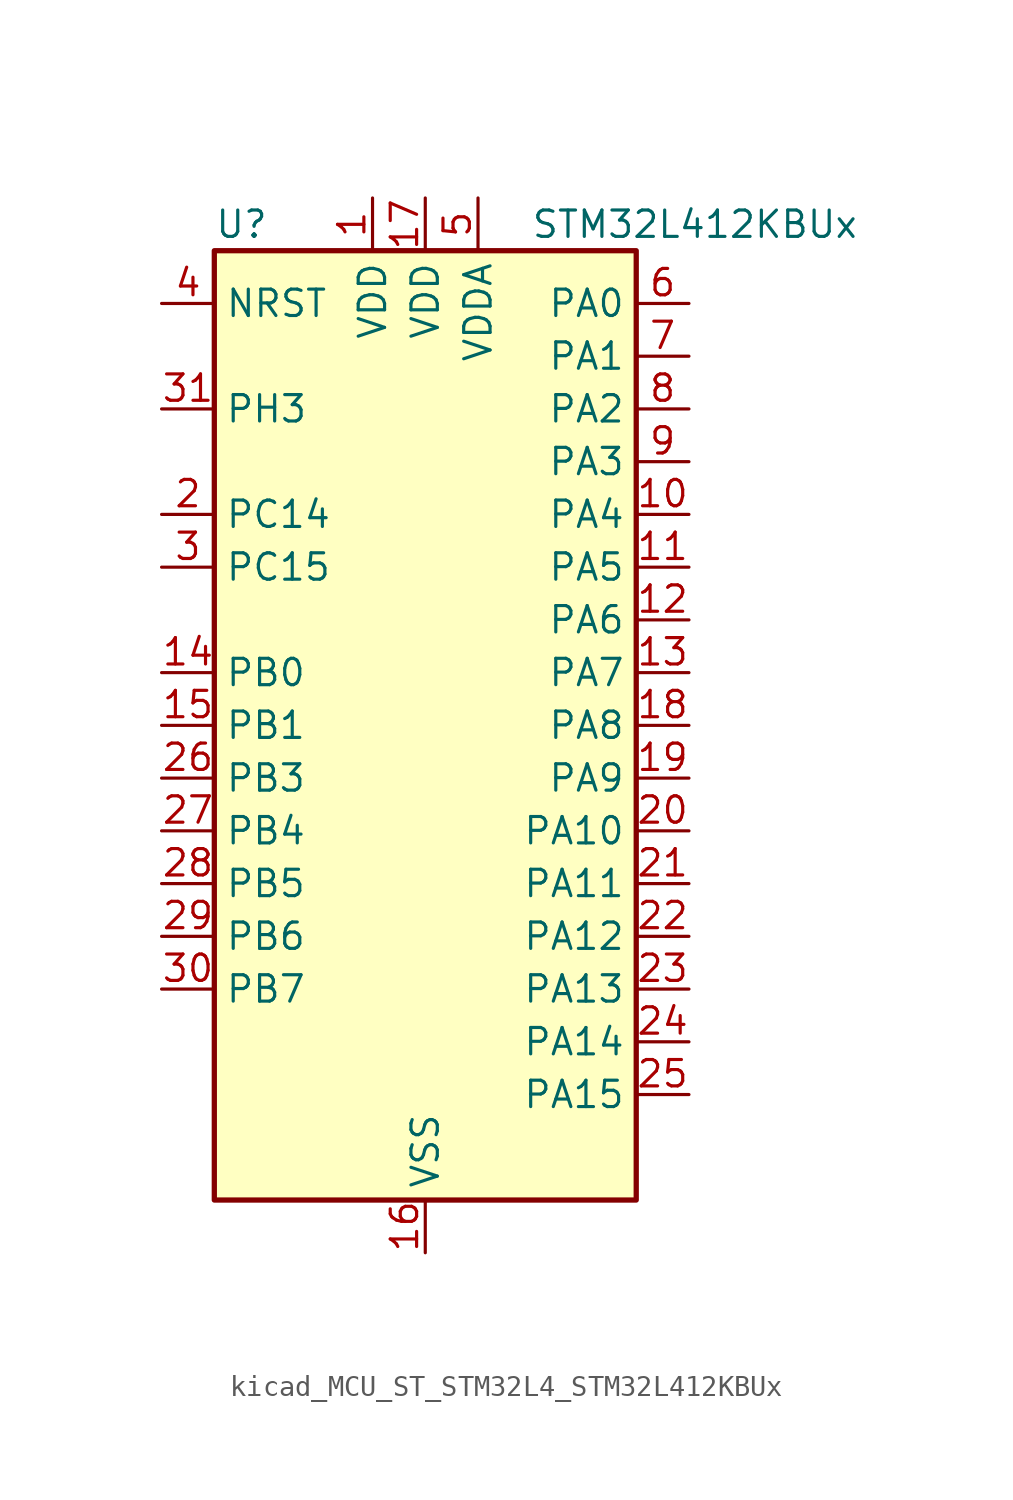
<source format=kicad_sym>
(kicad_symbol_lib
  (version 20220914)
  (generator kicad_symbol_editor)
  (symbol "kicad_MCU_ST_STM32L4_STM32L412KBUx"
    (property "Reference" "U"
      (at -10.16 24.13 0)
      (effects (font (size 1.27 1.27)) (justify left)))
    (property "Value" "STM32L412KBUx"
      (at 5.08 24.13 0)
      (effects (font (size 1.27 1.27)) (justify left)))
    (property "ki_locked" ""
      (at 0 0 0)
      (effects (font (size 1.27 1.27))))
    (symbol "kicad_MCU_ST_STM32L4_STM32L412KBUx_0_1"
      (rectangle (start -10.16 -22.86) (end 10.16 22.86) (stroke (width 0.254) (type default)) (fill (type background))))
    (symbol "kicad_MCU_ST_STM32L4_STM32L412KBUx_1_1"
      (pin power_in line (at -2.54 25.4 270) (length 2.54) (name "VDD" (effects (font (size 1.27 1.27)))) (number "1" (effects (font (size 1.27 1.27)))))
      (pin bidirectional line (at 12.7 10.16 180) (length 2.54) (name "PA4" (effects (font (size 1.27 1.27)))) (number "10" (effects (font (size 1.27 1.27)))) (alternate "ADC1_IN9" bidirectional line) (alternate "ADC2_IN9" bidirectional line) (alternate "COMP1_INM" bidirectional line) (alternate "LPTIM2_OUT" bidirectional line) (alternate "SPI1_NSS" bidirectional line) (alternate "USART2_CK" bidirectional line))
      (pin bidirectional line (at 12.7 7.62 180) (length 2.54) (name "PA5" (effects (font (size 1.27 1.27)))) (number "11" (effects (font (size 1.27 1.27)))) (alternate "ADC1_IN10" bidirectional line) (alternate "ADC2_IN10" bidirectional line) (alternate "COMP1_INM" bidirectional line) (alternate "LPTIM2_ETR" bidirectional line) (alternate "SPI1_SCK" bidirectional line) (alternate "TIM2_CH1" bidirectional line) (alternate "TIM2_ETR" bidirectional line))
      (pin bidirectional line (at 12.7 5.08 180) (length 2.54) (name "PA6" (effects (font (size 1.27 1.27)))) (number "12" (effects (font (size 1.27 1.27)))) (alternate "ADC1_IN11" bidirectional line) (alternate "ADC2_IN11" bidirectional line) (alternate "COMP1_OUT" bidirectional line) (alternate "LPUART1_CTS" bidirectional line) (alternate "QUADSPI_BK1_IO3" bidirectional line) (alternate "SPI1_MISO" bidirectional line) (alternate "TIM16_CH1" bidirectional line) (alternate "TIM1_BKIN" bidirectional line))
      (pin bidirectional line (at 12.7 2.54 180) (length 2.54) (name "PA7" (effects (font (size 1.27 1.27)))) (number "13" (effects (font (size 1.27 1.27)))) (alternate "ADC1_IN12" bidirectional line) (alternate "ADC2_IN12" bidirectional line) (alternate "I2C3_SCL" bidirectional line) (alternate "QUADSPI_BK1_IO2" bidirectional line) (alternate "SPI1_MOSI" bidirectional line) (alternate "TIM1_CH1N" bidirectional line))
      (pin bidirectional line (at -12.7 2.54 0) (length 2.54) (name "PB0" (effects (font (size 1.27 1.27)))) (number "14" (effects (font (size 1.27 1.27)))) (alternate "ADC1_IN15" bidirectional line) (alternate "ADC2_IN15" bidirectional line) (alternate "COMP1_OUT" bidirectional line) (alternate "QUADSPI_BK1_IO1" bidirectional line) (alternate "SPI1_NSS" bidirectional line) (alternate "SYS_TRACED0" bidirectional line) (alternate "TIM1_CH2N" bidirectional line))
      (pin bidirectional line (at -12.7 0 0) (length 2.54) (name "PB1" (effects (font (size 1.27 1.27)))) (number "15" (effects (font (size 1.27 1.27)))) (alternate "ADC1_IN16" bidirectional line) (alternate "ADC2_IN16" bidirectional line) (alternate "COMP1_INM" bidirectional line) (alternate "LPTIM2_IN1" bidirectional line) (alternate "LPUART1_DE" bidirectional line) (alternate "LPUART1_RTS" bidirectional line) (alternate "QUADSPI_BK1_IO0" bidirectional line) (alternate "SYS_TRACED1" bidirectional line) (alternate "TIM1_CH3N" bidirectional line))
      (pin power_in line (at 0 -25.4 90) (length 2.54) (name "VSS" (effects (font (size 1.27 1.27)))) (number "16" (effects (font (size 1.27 1.27)))))
      (pin power_in line (at 0 25.4 270) (length 2.54) (name "VDD" (effects (font (size 1.27 1.27)))) (number "17" (effects (font (size 1.27 1.27)))))
      (pin bidirectional line (at 12.7 0 180) (length 2.54) (name "PA8" (effects (font (size 1.27 1.27)))) (number "18" (effects (font (size 1.27 1.27)))) (alternate "LPTIM2_OUT" bidirectional line) (alternate "RCC_MCO" bidirectional line) (alternate "TIM1_CH1" bidirectional line) (alternate "USART1_CK" bidirectional line))
      (pin bidirectional line (at 12.7 -2.54 180) (length 2.54) (name "PA9" (effects (font (size 1.27 1.27)))) (number "19" (effects (font (size 1.27 1.27)))) (alternate "I2C1_SCL" bidirectional line) (alternate "TIM15_BKIN" bidirectional line) (alternate "TIM1_CH2" bidirectional line) (alternate "USART1_TX" bidirectional line))
      (pin bidirectional line (at -12.7 10.16 0) (length 2.54) (name "PC14" (effects (font (size 1.27 1.27)))) (number "2" (effects (font (size 1.27 1.27)))) (alternate "RCC_OSC32_IN" bidirectional line))
      (pin bidirectional line (at 12.7 -5.08 180) (length 2.54) (name "PA10" (effects (font (size 1.27 1.27)))) (number "20" (effects (font (size 1.27 1.27)))) (alternate "CRS_SYNC" bidirectional line) (alternate "I2C1_SDA" bidirectional line) (alternate "TIM1_CH3" bidirectional line) (alternate "USART1_RX" bidirectional line))
      (pin bidirectional line (at 12.7 -7.62 180) (length 2.54) (name "PA11" (effects (font (size 1.27 1.27)))) (number "21" (effects (font (size 1.27 1.27)))) (alternate "ADC1_EXTI11" bidirectional line) (alternate "ADC2_EXTI11" bidirectional line) (alternate "COMP1_OUT" bidirectional line) (alternate "SPI1_MISO" bidirectional line) (alternate "TIM1_BKIN2" bidirectional line) (alternate "TIM1_BKIN2_COMP1" bidirectional line) (alternate "TIM1_CH4" bidirectional line) (alternate "USART1_CTS" bidirectional line) (alternate "USB_DM" bidirectional line))
      (pin bidirectional line (at 12.7 -10.16 180) (length 2.54) (name "PA12" (effects (font (size 1.27 1.27)))) (number "22" (effects (font (size 1.27 1.27)))) (alternate "SPI1_MOSI" bidirectional line) (alternate "TIM1_ETR" bidirectional line) (alternate "USART1_DE" bidirectional line) (alternate "USART1_RTS" bidirectional line) (alternate "USB_DP" bidirectional line))
      (pin bidirectional line (at 12.7 -12.7 180) (length 2.54) (name "PA13" (effects (font (size 1.27 1.27)))) (number "23" (effects (font (size 1.27 1.27)))) (alternate "IR_OUT" bidirectional line) (alternate "SYS_JTMS-SWDIO" bidirectional line) (alternate "USB_NOE" bidirectional line))
      (pin bidirectional line (at 12.7 -15.24 180) (length 2.54) (name "PA14" (effects (font (size 1.27 1.27)))) (number "24" (effects (font (size 1.27 1.27)))) (alternate "I2C1_SMBA" bidirectional line) (alternate "LPTIM1_OUT" bidirectional line) (alternate "SYS_JTCK-SWCLK" bidirectional line))
      (pin bidirectional line (at 12.7 -17.78 180) (length 2.54) (name "PA15" (effects (font (size 1.27 1.27)))) (number "25" (effects (font (size 1.27 1.27)))) (alternate "ADC1_EXTI15" bidirectional line) (alternate "ADC2_EXTI15" bidirectional line) (alternate "SPI1_NSS" bidirectional line) (alternate "SYS_JTDI" bidirectional line) (alternate "TIM2_CH1" bidirectional line) (alternate "TIM2_ETR" bidirectional line) (alternate "USART2_RX" bidirectional line))
      (pin bidirectional line (at -12.7 -2.54 0) (length 2.54) (name "PB3" (effects (font (size 1.27 1.27)))) (number "26" (effects (font (size 1.27 1.27)))) (alternate "SPI1_SCK" bidirectional line) (alternate "SYS_JTDO-SWO" bidirectional line) (alternate "TIM2_CH2" bidirectional line) (alternate "USART1_DE" bidirectional line) (alternate "USART1_RTS" bidirectional line))
      (pin bidirectional line (at -12.7 -5.08 0) (length 2.54) (name "PB4" (effects (font (size 1.27 1.27)))) (number "27" (effects (font (size 1.27 1.27)))) (alternate "I2C3_SDA" bidirectional line) (alternate "SPI1_MISO" bidirectional line) (alternate "SYS_JTRST" bidirectional line) (alternate "TSC_G2_IO1" bidirectional line) (alternate "USART1_CTS" bidirectional line))
      (pin bidirectional line (at -12.7 -7.62 0) (length 2.54) (name "PB5" (effects (font (size 1.27 1.27)))) (number "28" (effects (font (size 1.27 1.27)))) (alternate "I2C1_SMBA" bidirectional line) (alternate "LPTIM1_IN1" bidirectional line) (alternate "SPI1_MOSI" bidirectional line) (alternate "SYS_TRACED2" bidirectional line) (alternate "TIM16_BKIN" bidirectional line) (alternate "TSC_G2_IO2" bidirectional line) (alternate "USART1_CK" bidirectional line))
      (pin bidirectional line (at -12.7 -10.16 0) (length 2.54) (name "PB6" (effects (font (size 1.27 1.27)))) (number "29" (effects (font (size 1.27 1.27)))) (alternate "I2C1_SCL" bidirectional line) (alternate "LPTIM1_ETR" bidirectional line) (alternate "SYS_TRACED3" bidirectional line) (alternate "TIM16_CH1N" bidirectional line) (alternate "TSC_G2_IO3" bidirectional line) (alternate "USART1_TX" bidirectional line))
      (pin bidirectional line (at -12.7 7.62 0) (length 2.54) (name "PC15" (effects (font (size 1.27 1.27)))) (number "3" (effects (font (size 1.27 1.27)))) (alternate "ADC1_EXTI15" bidirectional line) (alternate "ADC2_EXTI15" bidirectional line) (alternate "RCC_OSC32_OUT" bidirectional line))
      (pin bidirectional line (at -12.7 -12.7 0) (length 2.54) (name "PB7" (effects (font (size 1.27 1.27)))) (number "30" (effects (font (size 1.27 1.27)))) (alternate "I2C1_SDA" bidirectional line) (alternate "LPTIM1_IN2" bidirectional line) (alternate "SYS_PVD_IN" bidirectional line) (alternate "SYS_TRACECLK" bidirectional line) (alternate "TSC_G2_IO4" bidirectional line) (alternate "USART1_RX" bidirectional line))
      (pin bidirectional line (at -12.7 15.24 0) (length 2.54) (name "PH3" (effects (font (size 1.27 1.27)))) (number "31" (effects (font (size 1.27 1.27)))))
      (pin passive line (at 0 -25.4 90) (length 2.54) hide (name "VSS" (effects (font (size 1.27 1.27)))) (number "32" (effects (font (size 1.27 1.27)))))
      (pin passive line (at 0 -25.4 90) (length 2.54) hide (name "VSS" (effects (font (size 1.27 1.27)))) (number "33" (effects (font (size 1.27 1.27)))))
      (pin input line (at -12.7 20.32 0) (length 2.54) (name "NRST" (effects (font (size 1.27 1.27)))) (number "4" (effects (font (size 1.27 1.27)))))
      (pin power_in line (at 2.54 25.4 270) (length 2.54) (name "VDDA" (effects (font (size 1.27 1.27)))) (number "5" (effects (font (size 1.27 1.27)))))
      (pin bidirectional line (at 12.7 20.32 180) (length 2.54) (name "PA0" (effects (font (size 1.27 1.27)))) (number "6" (effects (font (size 1.27 1.27)))) (alternate "ADC1_IN5" bidirectional line) (alternate "COMP1_INM" bidirectional line) (alternate "COMP1_OUT" bidirectional line) (alternate "OPAMP1_VINP" bidirectional line) (alternate "RCC_CK_IN" bidirectional line) (alternate "RTC_TAMP2" bidirectional line) (alternate "SYS_WKUP1" bidirectional line) (alternate "TIM2_CH1" bidirectional line) (alternate "TIM2_ETR" bidirectional line) (alternate "USART2_CTS" bidirectional line))
      (pin bidirectional line (at 12.7 17.78 180) (length 2.54) (name "PA1" (effects (font (size 1.27 1.27)))) (number "7" (effects (font (size 1.27 1.27)))) (alternate "ADC1_IN6" bidirectional line) (alternate "COMP1_INP" bidirectional line) (alternate "I2C1_SMBA" bidirectional line) (alternate "OPAMP1_VINM" bidirectional line) (alternate "SPI1_SCK" bidirectional line) (alternate "TIM15_CH1N" bidirectional line) (alternate "TIM2_CH2" bidirectional line) (alternate "USART2_DE" bidirectional line) (alternate "USART2_RTS" bidirectional line))
      (pin bidirectional line (at 12.7 15.24 180) (length 2.54) (name "PA2" (effects (font (size 1.27 1.27)))) (number "8" (effects (font (size 1.27 1.27)))) (alternate "ADC1_IN7" bidirectional line) (alternate "ADC2_IN7" bidirectional line) (alternate "LPUART1_TX" bidirectional line) (alternate "QUADSPI_BK1_NCS" bidirectional line) (alternate "RCC_LSCO" bidirectional line) (alternate "SYS_WKUP4" bidirectional line) (alternate "TIM15_CH1" bidirectional line) (alternate "TIM2_CH3" bidirectional line) (alternate "USART2_TX" bidirectional line))
      (pin bidirectional line (at 12.7 12.7 180) (length 2.54) (name "PA3" (effects (font (size 1.27 1.27)))) (number "9" (effects (font (size 1.27 1.27)))) (alternate "ADC1_IN8" bidirectional line) (alternate "ADC2_IN8" bidirectional line) (alternate "LPUART1_RX" bidirectional line) (alternate "OPAMP1_VOUT" bidirectional line) (alternate "QUADSPI_CLK" bidirectional line) (alternate "TIM15_CH2" bidirectional line) (alternate "TIM2_CH4" bidirectional line) (alternate "USART2_RX" bidirectional line)))))
</source>
